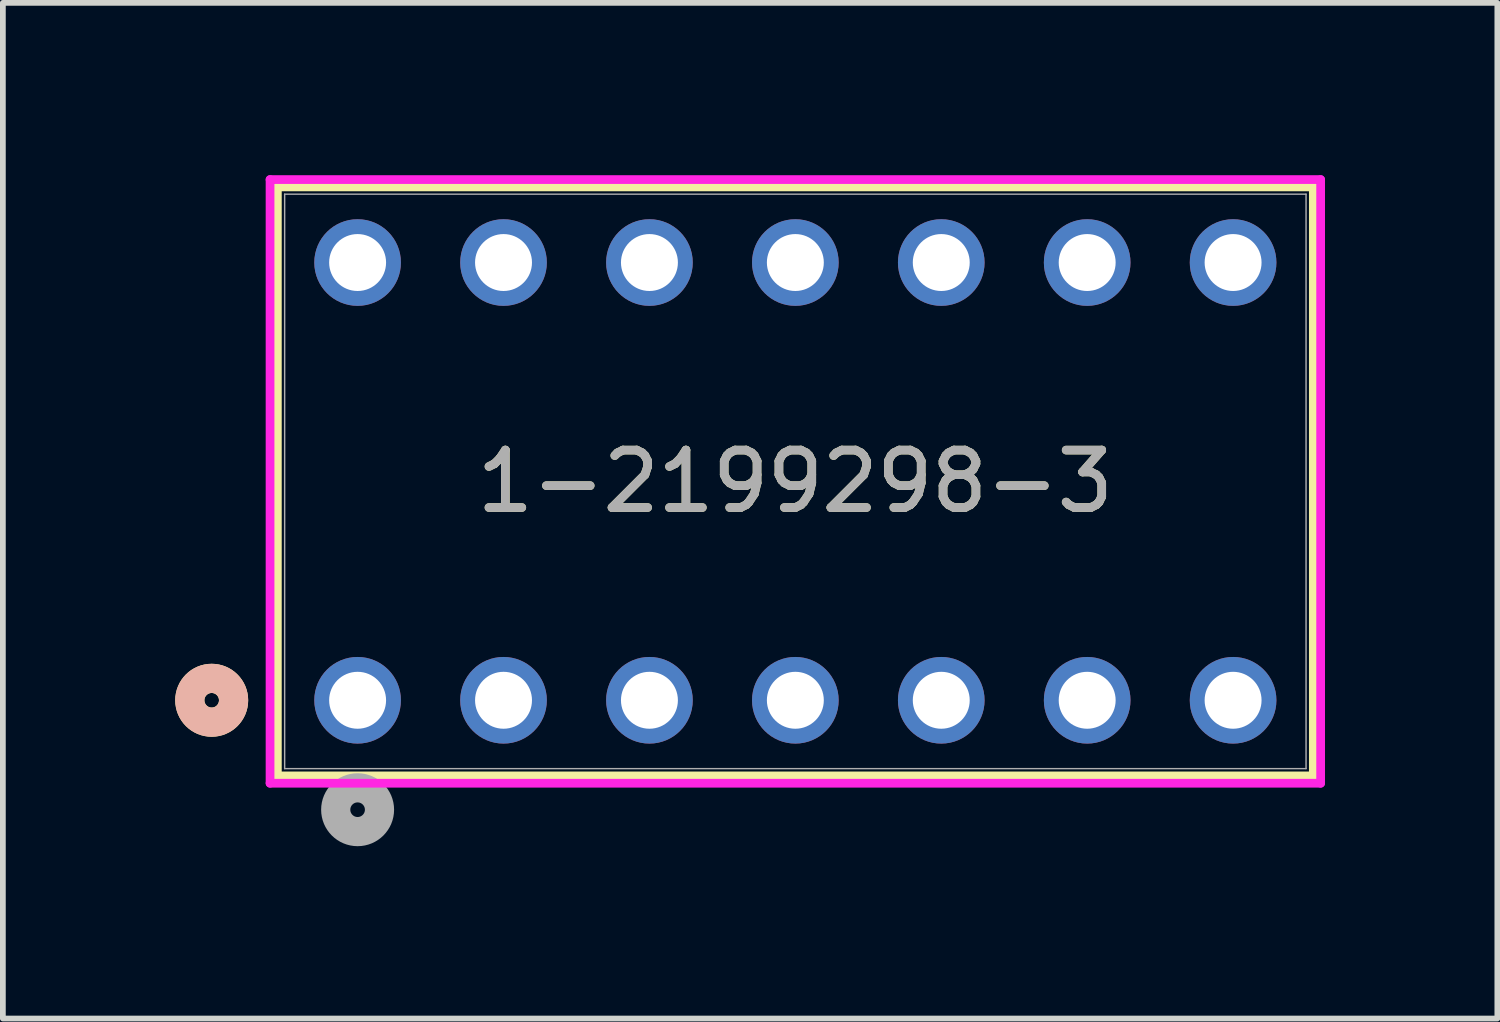
<source format=kicad_pcb>
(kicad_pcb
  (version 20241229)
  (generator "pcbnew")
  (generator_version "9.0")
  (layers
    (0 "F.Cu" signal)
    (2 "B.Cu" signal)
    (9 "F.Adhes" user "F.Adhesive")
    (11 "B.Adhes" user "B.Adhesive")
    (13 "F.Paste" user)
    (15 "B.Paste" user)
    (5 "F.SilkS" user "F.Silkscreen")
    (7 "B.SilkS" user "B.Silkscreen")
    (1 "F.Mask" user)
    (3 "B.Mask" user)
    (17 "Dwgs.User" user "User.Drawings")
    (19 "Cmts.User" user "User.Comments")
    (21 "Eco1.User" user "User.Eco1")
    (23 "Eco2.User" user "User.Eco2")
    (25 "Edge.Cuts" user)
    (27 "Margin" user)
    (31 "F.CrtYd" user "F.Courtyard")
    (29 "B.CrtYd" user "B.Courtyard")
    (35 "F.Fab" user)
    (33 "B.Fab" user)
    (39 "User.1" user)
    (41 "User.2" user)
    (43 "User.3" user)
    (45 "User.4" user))
  (footprint "1-2199298-3"
    (layer "F.Cu")
    (at 3.175 9.14)
    (property "Reference" "1-2199298-3" (at 7.62 -3.81 0) (unlocked yes) (layer "F.SilkS") (effects (font (size 1 1) (thickness 0.15))))
    (attr through_hole)
    (fp_line (start -1.397 -8.937) (end -1.397 1.317) (stroke (width 0.152) (type solid)) (layer "F.SilkS"))
    (fp_line (start -1.397 1.317) (end 16.637 1.317) (stroke (width 0.152) (type solid)) (layer "F.SilkS"))
    (fp_line (start 16.637 -8.937) (end -1.397 -8.937) (stroke (width 0.152) (type solid)) (layer "F.SilkS"))
    (fp_line (start 16.637 1.317) (end 16.637 -8.937) (stroke (width 0.152) (type solid)) (layer "F.SilkS"))
    (fp_circle (center -2.54 0) (end -2.159 0) (stroke (width 0.508) (type solid)) (fill no) (layer "F.SilkS"))
    (fp_circle (center -2.54 0) (end -2.159 0) (stroke (width 0.508) (type solid)) (fill no) (layer "B.SilkS"))
    (fp_line (start -1.524 -9.064) (end -1.524 1.444) (stroke (width 0.152) (type solid)) (layer "F.CrtYd"))
    (fp_line (start -1.524 1.444) (end 16.764 1.444) (stroke (width 0.152) (type solid)) (layer "F.CrtYd"))
    (fp_line (start 16.764 -9.064) (end -1.524 -9.064) (stroke (width 0.152) (type solid)) (layer "F.CrtYd"))
    (fp_line (start 16.764 1.444) (end 16.764 -9.064) (stroke (width 0.152) (type solid)) (layer "F.CrtYd"))
    (fp_line (start -1.27 -8.81) (end -1.27 1.19) (stroke (width 0.025) (type solid)) (layer "F.Fab"))
    (fp_line (start -1.27 1.19) (end 16.51 1.19) (stroke (width 0.025) (type solid)) (layer "F.Fab"))
    (fp_line (start 16.51 -8.81) (end -1.27 -8.81) (stroke (width 0.025) (type solid)) (layer "F.Fab"))
    (fp_line (start 16.51 1.19) (end 16.51 -8.81) (stroke (width 0.025) (type solid)) (layer "F.Fab"))
    (fp_circle (center 0 1.905) (end 0.381 1.905) (stroke (width 0.508) (type solid)) (fill no) (layer "F.Fab"))
    (fp_text user "${REFERENCE}" (at 7.62 -3.81 0) (unlocked yes) (layer "F.Fab") (effects (font (size 1 1) (thickness 0.15))))
    (pad "1" thru_hole circle (at 0 0) (size 1.508 1.508) (drill 0.991) (layers "*.Cu" "*.Mask"))
    (pad "2" thru_hole circle (at 2.54 0) (size 1.508 1.508) (drill 0.991) (layers "*.Cu" "*.Mask"))
    (pad "3" thru_hole circle (at 5.08 0) (size 1.508 1.508) (drill 0.991) (layers "*.Cu" "*.Mask"))
    (pad "4" thru_hole circle (at 7.62 0) (size 1.508 1.508) (drill 0.991) (layers "*.Cu" "*.Mask"))
    (pad "5" thru_hole circle (at 10.16 0) (size 1.508 1.508) (drill 0.991) (layers "*.Cu" "*.Mask"))
    (pad "6" thru_hole circle (at 12.7 0) (size 1.508 1.508) (drill 0.991) (layers "*.Cu" "*.Mask"))
    (pad "7" thru_hole circle (at 15.24 0) (size 1.508 1.508) (drill 0.991) (layers "*.Cu" "*.Mask"))
    (pad "8" thru_hole circle (at 15.24 -7.62) (size 1.508 1.508) (drill 0.991) (layers "*.Cu" "*.Mask"))
    (pad "9" thru_hole circle (at 12.7 -7.62) (size 1.508 1.508) (drill 0.991) (layers "*.Cu" "*.Mask"))
    (pad "10" thru_hole circle (at 10.16 -7.62) (size 1.508 1.508) (drill 0.991) (layers "*.Cu" "*.Mask"))
    (pad "11" thru_hole circle (at 7.62 -7.62) (size 1.508 1.508) (drill 0.991) (layers "*.Cu" "*.Mask"))
    (pad "12" thru_hole circle (at 5.08 -7.62) (size 1.508 1.508) (drill 0.991) (layers "*.Cu" "*.Mask"))
    (pad "13" thru_hole circle (at 2.54 -7.62) (size 1.508 1.508) (drill 0.991) (layers "*.Cu" "*.Mask"))
    (pad "14" thru_hole circle (at 0 -7.62) (size 1.508 1.508) (drill 0.991) (layers "*.Cu" "*.Mask")))
  (gr_rect
    (start -3 -3)
    (end 23.015 14.68)
    (stroke (width 0.1) (type default))
    (fill no)
    (layer "Edge.Cuts")))
</source>
